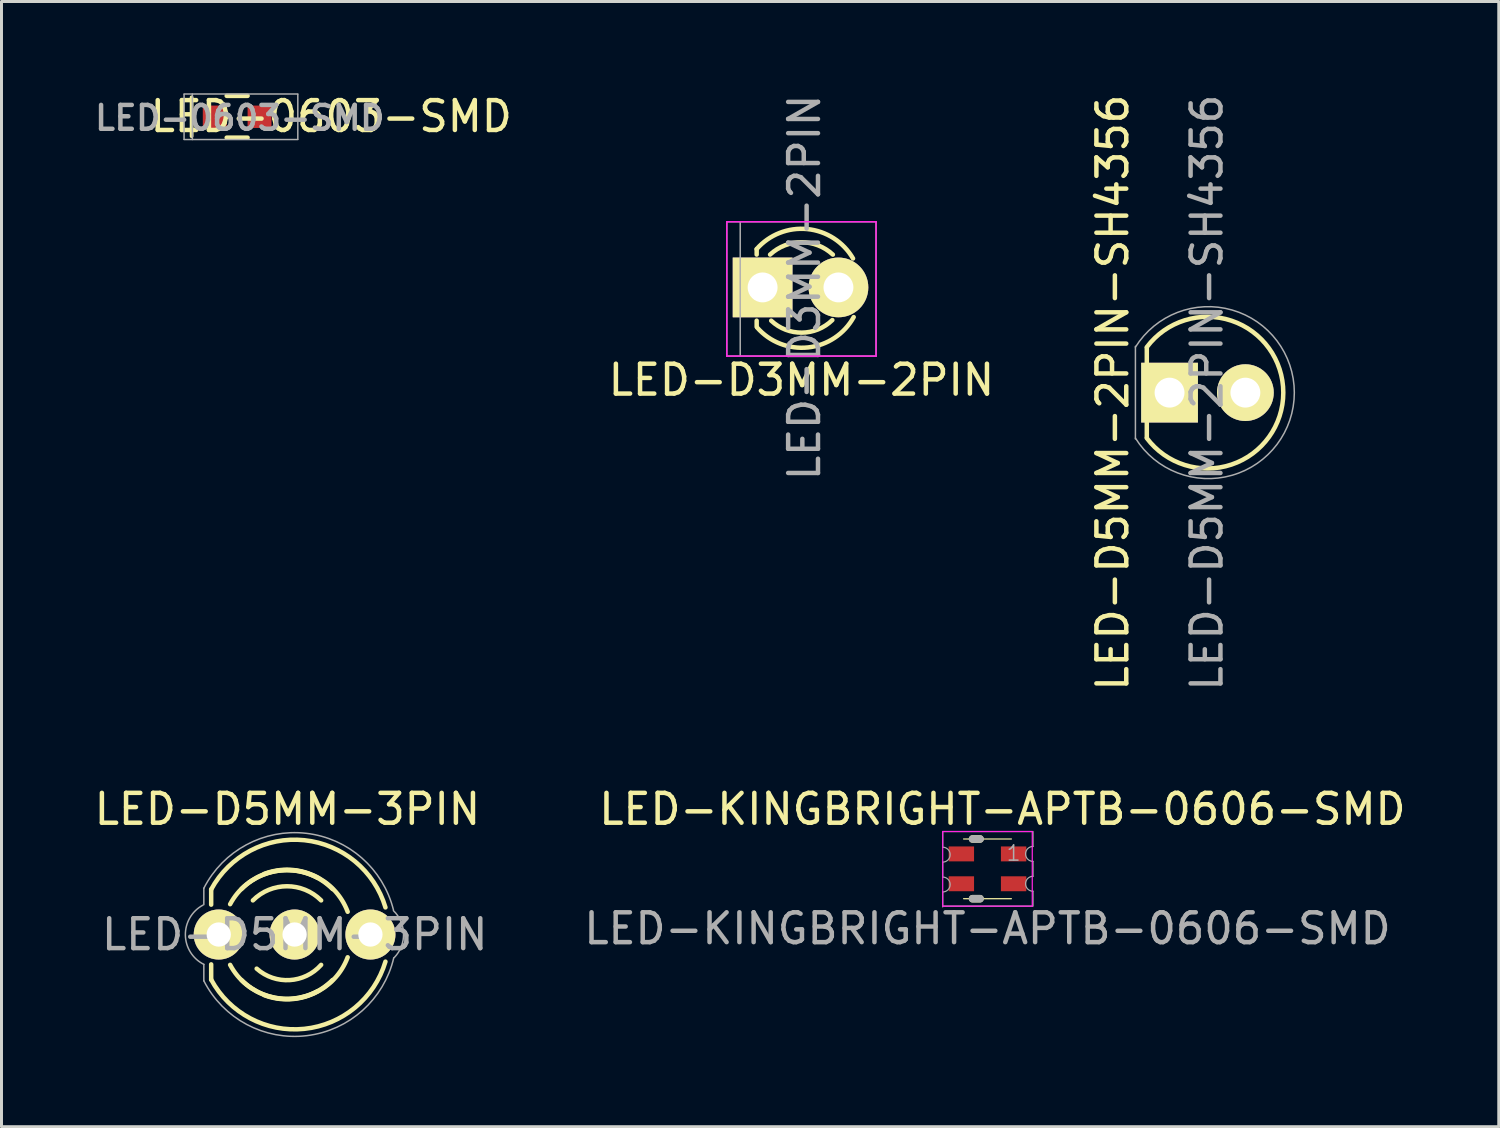
<source format=kicad_pcb>
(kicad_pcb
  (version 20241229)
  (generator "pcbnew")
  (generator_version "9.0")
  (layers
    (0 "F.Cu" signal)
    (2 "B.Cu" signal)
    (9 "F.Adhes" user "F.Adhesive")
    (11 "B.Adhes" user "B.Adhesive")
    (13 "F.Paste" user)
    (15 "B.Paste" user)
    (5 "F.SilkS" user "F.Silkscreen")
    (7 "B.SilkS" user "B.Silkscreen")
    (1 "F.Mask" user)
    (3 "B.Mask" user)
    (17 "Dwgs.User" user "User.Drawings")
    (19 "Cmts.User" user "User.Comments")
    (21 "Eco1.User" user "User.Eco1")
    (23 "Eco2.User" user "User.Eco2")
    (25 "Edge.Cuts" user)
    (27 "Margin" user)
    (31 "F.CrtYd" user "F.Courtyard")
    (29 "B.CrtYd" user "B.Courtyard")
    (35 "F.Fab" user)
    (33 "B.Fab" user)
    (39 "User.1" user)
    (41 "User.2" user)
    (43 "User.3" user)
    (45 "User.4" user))
  (footprint "LED-KINGBRIGHT-APTB-0606-SMD"
    (layer "F.Cu")
    (at 30.025 26.051)
    (property "Reference" "LED-KINGBRIGHT-APTB-0606-SMD" (at 0 2 180) (layer "F.Fab") (effects (font (size 1 1) (thickness 0.15))))
    (attr smd)
    (fp_line (start -0.8 -1) (end 0.8 -1) (stroke (width 0.041) (type solid)) (layer "F.SilkS"))
    (fp_line (start -0.8 1) (end 0.8 1) (stroke (width 0.041) (type solid)) (layer "F.SilkS"))
    (fp_line (start -0.5 -1) (end -0.25 -1) (stroke (width 0.254) (type solid)) (layer "F.SilkS"))
    (fp_line (start -0.5 1) (end -0.25 1) (stroke (width 0.254) (type solid)) (layer "F.SilkS"))
    (fp_line (start -1.5 -1.25) (end 1.5 -1.25) (stroke (width 0.041) (type solid)) (layer "F.CrtYd"))
    (fp_line (start -1.5 1.25) (end -1.5 -1.25) (stroke (width 0.041) (type solid)) (layer "F.CrtYd"))
    (fp_line (start 1.5 -1.25) (end 1.5 1.25) (stroke (width 0.041) (type solid)) (layer "F.CrtYd"))
    (fp_line (start 1.5 1.25) (end -1.5 1.25) (stroke (width 0.041) (type solid)) (layer "F.CrtYd"))
    (fp_line (start -1.5 -1.225) (end -1.5 -0.725) (stroke (width 0.041) (type solid)) (layer "F.Fab"))
    (fp_line (start -1.5 -0.225) (end -1.5 0.275) (stroke (width 0.041) (type solid)) (layer "F.Fab"))
    (fp_line (start -1.5 0.775) (end -1.5 1.275) (stroke (width 0.041) (type solid)) (layer "F.Fab"))
    (fp_line (start -1.5 1.25) (end 1.5 1.25) (stroke (width 0.041) (type solid)) (layer "F.Fab"))
    (fp_line (start -0.5 -1) (end -0.25 -1) (stroke (width 0.254) (type solid)) (layer "F.Fab"))
    (fp_line (start -0.5 1) (end -0.25 1) (stroke (width 0.254) (type solid)) (layer "F.Fab"))
    (fp_line (start 1.5 -1.25) (end -1.5 -1.25) (stroke (width 0.041) (type solid)) (layer "F.Fab"))
    (fp_line (start 1.525 -0.75) (end 1.525 -1.25) (stroke (width 0.041) (type solid)) (layer "F.Fab"))
    (fp_line (start 1.525 0.25) (end 1.525 -0.25) (stroke (width 0.041) (type solid)) (layer "F.Fab"))
    (fp_line (start 1.525 1.25) (end 1.525 0.75) (stroke (width 0.041) (type solid)) (layer "F.Fab"))
    (fp_arc (start -1.5 -0.725) (mid -1.25 -0.475) (end -1.5 -0.225) (stroke (width 0.04064) (type solid)) (layer "F.Fab"))
    (fp_arc (start -1.5 0.275) (mid -1.25 0.525) (end -1.5 0.775) (stroke (width 0.04064) (type solid)) (layer "F.Fab"))
    (fp_arc (start 1.525 -0.25) (mid 1.275 -0.5) (end 1.525 -0.75) (stroke (width 0.04064) (type solid)) (layer "F.Fab"))
    (fp_arc (start 1.525 0.75) (mid 1.275 0.5) (end 1.525 0.25) (stroke (width 0.04064) (type solid)) (layer "F.Fab"))
    (fp_text user "${REFERENCE}" (at 0.5 -2 0) (layer "F.SilkS") (effects (font (size 1 1) (thickness 0.15))))
    (fp_text user "1" (at 0.875 -0.525 0) (layer "F.Fab") (effects (font (size 0.508 0.508) (thickness 0.051))))
    (pad "1" smd rect (at 0.875 -0.5) (size 0.85 0.5) (layers "F.Cu" "F.Mask" "F.Paste"))
    (pad "2" smd rect (at -0.875 -0.5) (size 0.85 0.5) (layers "F.Cu" "F.Mask" "F.Paste"))
    (pad "3" smd rect (at 0.875 0.5) (size 0.85 0.5) (layers "F.Cu" "F.Mask" "F.Paste"))
    (pad "4" smd rect (at -0.875 0.5) (size 0.85 0.5) (layers "F.Cu" "F.Mask" "F.Paste")))
  (footprint "LED-D5MM-3PIN"
    (layer "F.Cu")
    (at 4.277 28.251)
    (property "Reference" "LED-D5MM-3PIN" (at 2.545 0 0) (layer "F.Fab") (effects (font (size 1 1) (thickness 0.15))))
    (attr smd)
    (fp_line (start -0.254 -1.51) (end -0.254 -1) (stroke (width 0.15) (type solid)) (layer "F.SilkS"))
    (fp_line (start -0.254 1) (end -0.254 1.51) (stroke (width 0.15) (type solid)) (layer "F.SilkS"))
    (fp_arc (start -0.254 -1.51) (mid 2.865841 -3.159171) (end 5.583388 -0.907925) (stroke (width 0.15) (type solid)) (layer "F.SilkS"))
    (fp_arc (start 0.381 -1.016) (mid 1.657382 -2.065459) (end 3.302 -1.905) (stroke (width 0.15) (type solid)) (layer "F.SilkS"))
    (fp_arc (start 0.762 -1.524) (mid 2.286 -2.155261) (end 3.81 -1.524) (stroke (width 0.15) (type solid)) (layer "F.SilkS"))
    (fp_arc (start 1.143 -1.143) (mid 2.286 -1.616446) (end 3.429 -1.143) (stroke (width 0.15) (type solid)) (layer "F.SilkS"))
    (fp_arc (start 1.524 -2.032) (mid 3.184026 -1.975656) (end 4.318 -0.762) (stroke (width 0.15) (type solid)) (layer "F.SilkS"))
    (fp_arc (start 3.302 1.905) (mid 1.657382 2.065459) (end 0.381 1.016) (stroke (width 0.15) (type solid)) (layer "F.SilkS"))
    (fp_arc (start 3.429 1.016) (mid 2.375803 1.526644) (end 1.27 1.143) (stroke (width 0.15) (type solid)) (layer "F.SilkS"))
    (fp_arc (start 3.81 1.524) (mid 2.286 2.155261) (end 0.762 1.524) (stroke (width 0.15) (type solid)) (layer "F.SilkS"))
    (fp_arc (start 4.318 0.762) (mid 3.184026 1.975656) (end 1.524 2.032) (stroke (width 0.15) (type solid)) (layer "F.SilkS"))
    (fp_arc (start 5.583388 0.907925) (mid 2.865841 3.159172) (end -0.254 1.51) (stroke (width 0.15) (type solid)) (layer "F.SilkS"))
    (fp_line (start -0.5 -1) (end -0.5 -1.55) (stroke (width 0.05) (type solid)) (layer "F.Fab"))
    (fp_line (start -0.5 1) (end -0.5 1.55) (stroke (width 0.05) (type solid)) (layer "F.Fab"))
    (fp_arc (start -0.5 -1.55) (mid 2.927211 -3.390305) (end 5.851209 -0.82462) (stroke (width 0.05) (type solid)) (layer "F.Fab"))
    (fp_arc (start -0.5 1) (mid -1.117885 0.018243) (end -0.532364 -0.983152) (stroke (width 0.05) (type solid)) (layer "F.Fab"))
    (fp_arc (start 5.85 -0.8) (mid 6.190158 -0.021213) (end 5.88 0.77) (stroke (width 0.05) (type solid)) (layer "F.Fab"))
    (fp_arc (start 5.862399 0.778308) (mid 2.95087 3.387519) (end -0.5 1.55) (stroke (width 0.05) (type solid)) (layer "F.Fab"))
    (fp_text user "${REFERENCE}" (at 2.3 -4.2 0) (layer "F.SilkS") (effects (font (size 1 1) (thickness 0.15))))
    (pad "1" thru_hole circle (at 0 0 180) (size 1.676 1.676) (drill 0.813) (layers "*.Cu" "*.Mask" "F.SilkS"))
    (pad "2" thru_hole circle (at 2.54 0 180) (size 1.676 1.676) (drill 0.813) (layers "*.Cu" "*.Mask" "F.SilkS"))
    (pad "3" thru_hole circle (at 5.08 0 180) (size 1.676 1.676) (drill 0.813) (layers "*.Cu" "*.Mask" "F.SilkS")))
  (footprint "LED-D3MM-2PIN"
    (layer "F.Cu")
    (at 22.493 6.577)
    (property "Reference" "LED-D3MM-2PIN" (at 1.4 0 90) (layer "F.Fab") (effects (font (size 1 1) (thickness 0.15))))
    (attr smd)
    (fp_line (start -0.199 -1.28) (end -0.199 -1.1) (stroke (width 0.15) (type solid)) (layer "F.SilkS"))
    (fp_line (start -0.199 1.314) (end -0.199 1.114) (stroke (width 0.15) (type solid)) (layer "F.SilkS"))
    (fp_arc (start -0.199 -1.286) (mid 1.495903 -1.954571) (end 3.028744 -0.969643) (stroke (width 0.15) (type solid)) (layer "F.SilkS"))
    (fp_arc (start 0.25 -1.1) (mid 1.301686 -1.512142) (end 2.353005 -1.099067) (stroke (width 0.15) (type solid)) (layer "F.SilkS"))
    (fp_arc (start 2.335 1.094) (mid 1.31492 1.51473) (end 0.287111 1.113252) (stroke (width 0.15) (type solid)) (layer "F.SilkS"))
    (fp_arc (start 3.051 0.994) (mid 1.522637 2.009958) (end -0.18622 1.340726) (stroke (width 0.15) (type solid)) (layer "F.SilkS"))
    (fp_line (start -1.2 -2.2) (end -1.2 2.3) (stroke (width 0.05) (type solid)) (layer "F.CrtYd"))
    (fp_line (start -1.2 2.3) (end 3.8 2.3) (stroke (width 0.05) (type solid)) (layer "F.CrtYd"))
    (fp_line (start 3.8 -2.2) (end -1.2 -2.2) (stroke (width 0.05) (type solid)) (layer "F.CrtYd"))
    (fp_line (start 3.8 2.3) (end 3.8 -2.2) (stroke (width 0.05) (type solid)) (layer "F.CrtYd"))
    (fp_line (start -1.2 -2.2) (end -1.2 2.3) (stroke (width 0.051) (type solid)) (layer "F.Fab"))
    (fp_line (start -1.2 2.3) (end 3.8 2.3) (stroke (width 0.051) (type solid)) (layer "F.Fab"))
    (fp_line (start -0.75 -2.2) (end -0.75 2.3) (stroke (width 0.05) (type solid)) (layer "F.Fab"))
    (fp_line (start 3.8 -2.2) (end -1.2 -2.2) (stroke (width 0.051) (type solid)) (layer "F.Fab"))
    (fp_line (start 3.8 2.3) (end 3.8 -2.2) (stroke (width 0.051) (type solid)) (layer "F.Fab"))
    (fp_text user "${REFERENCE}" (at 1.3 3.1 0) (layer "F.SilkS") (effects (font (size 1 1) (thickness 0.15))))
    (pad "1" thru_hole rect (at 0 0 90) (size 2 2) (drill 1.001) (layers "*.Cu" "*.Mask" "F.SilkS"))
    (pad "2" thru_hole circle (at 2.54 0) (size 2 2) (drill 1.001) (layers "*.Cu" "*.Mask" "F.SilkS")))
  (footprint "LED-D5MM-2PIN-SH4356"
    (layer "F.Cu")
    (at 36.123 10.101)
    (property "Reference" "LED-D5MM-2PIN-SH4356" (at 1.25 0 270) (layer "F.Fab") (effects (font (size 1 1) (thickness 0.15))))
    (attr smd)
    (fp_line (start -0.762 1.5) (end -0.762 -1.5) (stroke (width 0.15) (type solid)) (layer "F.SilkS"))
    (fp_arc (start -0.762 -1.524) (mid 3.81 0) (end -0.762 1.524) (stroke (width 0.15) (type solid)) (layer "F.SilkS"))
    (fp_line (start -1.143 -1.55) (end -1.143 1.55) (stroke (width 0.05) (type solid)) (layer "F.Fab"))
    (fp_arc (start -1.143 -1.524) (mid 4.179379 0) (end -1.143 1.524) (stroke (width 0.05) (type solid)) (layer "F.Fab"))
    (fp_text user "${REFERENCE}" (at -1.905 0 90) (layer "F.SilkS") (effects (font (size 1 1) (thickness 0.15))))
    (pad "1" thru_hole rect (at 0 0 90) (size 2 1.9) (drill 1.001) (layers "*.Cu" "*.Mask" "F.SilkS"))
    (pad "2" thru_hole circle (at 2.54 0) (size 1.9 1.9) (drill 1.001) (layers "*.Cu" "*.Mask" "F.SilkS")))
  (footprint "LED-0603-SMD"
    (layer "F.Cu")
    (at 4.893 0.861)
    (property "Reference" "LED-0603-SMD" (at 0.09 0.04 0) (layer "F.Fab") (effects (font (size 0.8 0.8) (thickness 0.15))))
    (attr smd)
    (fp_line (start -1.525 0.65) (end -1.525 -0.65) (stroke (width 0.127) (type solid)) (layer "F.SilkS"))
    (fp_line (start -0.35 -0.7) (end 0.35 -0.7) (stroke (width 0.15) (type solid)) (layer "F.SilkS"))
    (fp_line (start 0.35 0.7) (end -0.35 0.7) (stroke (width 0.15) (type solid)) (layer "F.SilkS"))
    (fp_line (start -1.778 -0.762) (end 2.032 -0.762) (stroke (width 0.05) (type solid)) (layer "F.Fab"))
    (fp_line (start -1.778 -0.75) (end -1.778 0.75) (stroke (width 0.05) (type solid)) (layer "F.Fab"))
    (fp_line (start -1.778 0.762) (end 2.032 0.762) (stroke (width 0.05) (type solid)) (layer "F.Fab"))
    (fp_line (start -1.5 -0.762) (end -1.5 0.762) (stroke (width 0.05) (type solid)) (layer "F.Fab"))
    (fp_line (start 2.032 -0.75) (end 2.032 0.75) (stroke (width 0.05) (type solid)) (layer "F.Fab"))
    (fp_text user "${REFERENCE}" (at 3.15 -0.013 180) (layer "F.SilkS") (effects (font (size 1 1) (thickness 0.15))))
    (pad "1" smd rect (at -0.75 0) (size 0.8 0.75) (layers "F.Cu" "F.Mask" "F.Paste"))
    (pad "2" smd rect (at 0.75 0) (size 0.8 0.75) (layers "F.Cu" "F.Mask" "F.Paste")))
  (gr_rect
    (start -3 -3)
    (end 47.15 34.688)
    (stroke (width 0.1) (type default))
    (fill no)
    (layer "Edge.Cuts")))
</source>
